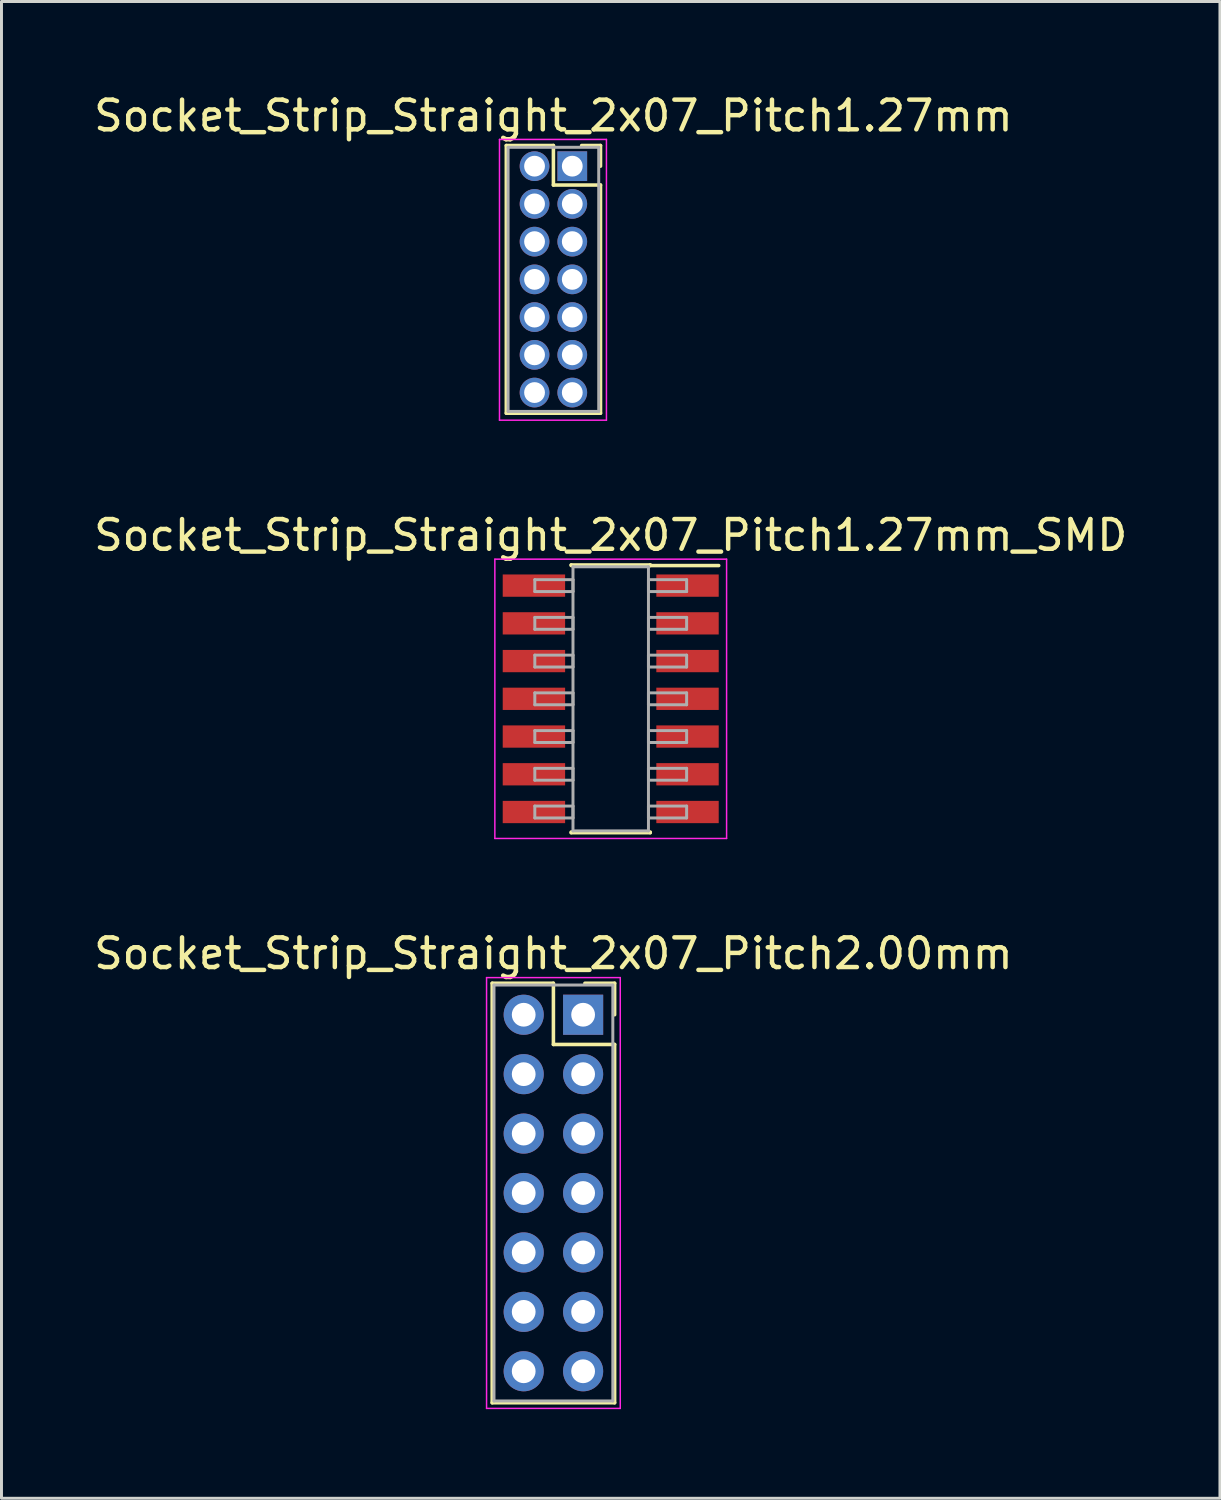
<source format=kicad_pcb>
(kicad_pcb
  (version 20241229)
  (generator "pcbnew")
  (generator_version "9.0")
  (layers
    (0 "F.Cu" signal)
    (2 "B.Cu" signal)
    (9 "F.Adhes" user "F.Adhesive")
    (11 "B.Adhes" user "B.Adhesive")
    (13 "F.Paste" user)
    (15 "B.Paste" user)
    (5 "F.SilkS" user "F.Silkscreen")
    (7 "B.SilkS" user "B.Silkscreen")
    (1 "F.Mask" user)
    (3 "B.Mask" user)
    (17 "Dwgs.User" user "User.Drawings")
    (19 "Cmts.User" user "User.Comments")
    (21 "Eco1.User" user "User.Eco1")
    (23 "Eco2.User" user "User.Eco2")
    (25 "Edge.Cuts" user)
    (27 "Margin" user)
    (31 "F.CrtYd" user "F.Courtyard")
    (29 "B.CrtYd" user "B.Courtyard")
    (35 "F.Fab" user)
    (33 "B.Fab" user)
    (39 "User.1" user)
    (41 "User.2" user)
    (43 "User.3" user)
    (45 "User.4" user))
  (footprint "Socket_Strip_Straight_2x07_Pitch1.27mm"
    (layer "F.Cu")
    (at 16.212 2.543)
    (property "Reference" "Socket_Strip_Straight_2x07_Pitch1.27mm" (at -0.635 -1.695 0) (layer "F.SilkS") (effects (font (size 1 1) (thickness 0.15))))
    (attr through_hole)
    (fp_line (start -2.22 -0.695) (end -0.635 -0.695) (stroke (width 0.12) (type solid)) (layer "F.SilkS"))
    (fp_line (start -2.22 8.315) (end -2.22 -0.695) (stroke (width 0.12) (type solid)) (layer "F.SilkS"))
    (fp_line (start -0.635 -0.695) (end -0.635 0.635) (stroke (width 0.12) (type solid)) (layer "F.SilkS"))
    (fp_line (start -0.635 0.635) (end 0.95 0.635) (stroke (width 0.12) (type solid)) (layer "F.SilkS"))
    (fp_line (start 0.95 -0.695) (end 0.315 -0.695) (stroke (width 0.12) (type solid)) (layer "F.SilkS"))
    (fp_line (start 0.95 0) (end 0.95 -0.695) (stroke (width 0.12) (type solid)) (layer "F.SilkS"))
    (fp_line (start 0.95 0.635) (end 0.95 8.315) (stroke (width 0.12) (type solid)) (layer "F.SilkS"))
    (fp_line (start 0.95 8.315) (end -2.22 8.315) (stroke (width 0.12) (type solid)) (layer "F.SilkS"))
    (fp_line (start -2.45 -0.9) (end -2.45 8.55) (stroke (width 0.05) (type solid)) (layer "F.CrtYd"))
    (fp_line (start -2.45 8.55) (end 1.15 8.55) (stroke (width 0.05) (type solid)) (layer "F.CrtYd"))
    (fp_line (start 1.15 -0.9) (end -2.45 -0.9) (stroke (width 0.05) (type solid)) (layer "F.CrtYd"))
    (fp_line (start 1.15 8.55) (end 1.15 -0.9) (stroke (width 0.05) (type solid)) (layer "F.CrtYd"))
    (fp_line (start -2.16 -0.635) (end -2.16 8.255) (stroke (width 0.1) (type solid)) (layer "F.Fab"))
    (fp_line (start -2.16 8.255) (end 0.89 8.255) (stroke (width 0.1) (type solid)) (layer "F.Fab"))
    (fp_line (start 0.89 -0.635) (end -2.16 -0.635) (stroke (width 0.1) (type solid)) (layer "F.Fab"))
    (fp_line (start 0.89 8.255) (end 0.89 -0.635) (stroke (width 0.1) (type solid)) (layer "F.Fab"))
    (pad "1" thru_hole rect (at 0 0) (size 1 1) (drill 0.7) (layers "*.Cu" "*.Mask"))
    (pad "2" thru_hole oval (at -1.27 0) (size 1 1) (drill 0.7) (layers "*.Cu" "*.Mask"))
    (pad "3" thru_hole oval (at 0 1.27) (size 1 1) (drill 0.7) (layers "*.Cu" "*.Mask"))
    (pad "4" thru_hole oval (at -1.27 1.27) (size 1 1) (drill 0.7) (layers "*.Cu" "*.Mask"))
    (pad "5" thru_hole oval (at 0 2.54) (size 1 1) (drill 0.7) (layers "*.Cu" "*.Mask"))
    (pad "6" thru_hole oval (at -1.27 2.54) (size 1 1) (drill 0.7) (layers "*.Cu" "*.Mask"))
    (pad "7" thru_hole oval (at 0 3.81) (size 1 1) (drill 0.7) (layers "*.Cu" "*.Mask"))
    (pad "8" thru_hole oval (at -1.27 3.81) (size 1 1) (drill 0.7) (layers "*.Cu" "*.Mask"))
    (pad "9" thru_hole oval (at 0 5.08) (size 1 1) (drill 0.7) (layers "*.Cu" "*.Mask"))
    (pad "10" thru_hole oval (at -1.27 5.08) (size 1 1) (drill 0.7) (layers "*.Cu" "*.Mask"))
    (pad "11" thru_hole oval (at 0 6.35) (size 1 1) (drill 0.7) (layers "*.Cu" "*.Mask"))
    (pad "12" thru_hole oval (at -1.27 6.35) (size 1 1) (drill 0.7) (layers "*.Cu" "*.Mask"))
    (pad "13" thru_hole oval (at 0 7.62) (size 1 1) (drill 0.7) (layers "*.Cu" "*.Mask"))
    (pad "14" thru_hole oval (at -1.27 7.62) (size 1 1) (drill 0.7) (layers "*.Cu" "*.Mask")))
  (footprint "Socket_Strip_Straight_2x07_Pitch1.27mm_SMD"
    (layer "F.Cu")
    (at 17.506 20.471)
    (property "Reference" "Socket_Strip_Straight_2x07_Pitch1.27mm_SMD" (at 0 -5.505 0) (layer "F.SilkS") (effects (font (size 1 1) (thickness 0.15))))
    (attr smd)
    (fp_line (start -1.33 -4.505) (end 1.33 -4.505) (stroke (width 0.12) (type solid)) (layer "F.SilkS"))
    (fp_line (start -1.33 -4.485) (end -1.33 -4.505) (stroke (width 0.12) (type solid)) (layer "F.SilkS"))
    (fp_line (start -1.33 4.485) (end -1.33 4.505) (stroke (width 0.12) (type solid)) (layer "F.SilkS"))
    (fp_line (start -1.33 4.505) (end 1.33 4.505) (stroke (width 0.12) (type solid)) (layer "F.SilkS"))
    (fp_line (start 1.33 -4.505) (end 1.33 -4.485) (stroke (width 0.12) (type solid)) (layer "F.SilkS"))
    (fp_line (start 1.33 4.505) (end 1.33 4.485) (stroke (width 0.12) (type solid)) (layer "F.SilkS"))
    (fp_line (start 3.635 -4.485) (end 1.33 -4.485) (stroke (width 0.12) (type solid)) (layer "F.SilkS"))
    (fp_line (start -3.9 -4.7) (end -3.9 4.7) (stroke (width 0.05) (type solid)) (layer "F.CrtYd"))
    (fp_line (start -3.9 4.7) (end 3.9 4.7) (stroke (width 0.05) (type solid)) (layer "F.CrtYd"))
    (fp_line (start 3.9 -4.7) (end -3.9 -4.7) (stroke (width 0.05) (type solid)) (layer "F.CrtYd"))
    (fp_line (start 3.9 4.7) (end 3.9 -4.7) (stroke (width 0.05) (type solid)) (layer "F.CrtYd"))
    (fp_line (start -2.555 -4.01) (end -1.27 -4.01) (stroke (width 0.1) (type solid)) (layer "F.Fab"))
    (fp_line (start -2.555 -3.61) (end -2.555 -4.01) (stroke (width 0.1) (type solid)) (layer "F.Fab"))
    (fp_line (start -2.555 -2.74) (end -1.27 -2.74) (stroke (width 0.1) (type solid)) (layer "F.Fab"))
    (fp_line (start -2.555 -2.34) (end -2.555 -2.74) (stroke (width 0.1) (type solid)) (layer "F.Fab"))
    (fp_line (start -2.555 -1.47) (end -1.27 -1.47) (stroke (width 0.1) (type solid)) (layer "F.Fab"))
    (fp_line (start -2.555 -1.07) (end -2.555 -1.47) (stroke (width 0.1) (type solid)) (layer "F.Fab"))
    (fp_line (start -2.555 -0.2) (end -1.27 -0.2) (stroke (width 0.1) (type solid)) (layer "F.Fab"))
    (fp_line (start -2.555 0.2) (end -2.555 -0.2) (stroke (width 0.1) (type solid)) (layer "F.Fab"))
    (fp_line (start -2.555 1.07) (end -1.27 1.07) (stroke (width 0.1) (type solid)) (layer "F.Fab"))
    (fp_line (start -2.555 1.47) (end -2.555 1.07) (stroke (width 0.1) (type solid)) (layer "F.Fab"))
    (fp_line (start -2.555 2.34) (end -1.27 2.34) (stroke (width 0.1) (type solid)) (layer "F.Fab"))
    (fp_line (start -2.555 2.74) (end -2.555 2.34) (stroke (width 0.1) (type solid)) (layer "F.Fab"))
    (fp_line (start -2.555 3.61) (end -1.27 3.61) (stroke (width 0.1) (type solid)) (layer "F.Fab"))
    (fp_line (start -2.555 4.01) (end -2.555 3.61) (stroke (width 0.1) (type solid)) (layer "F.Fab"))
    (fp_line (start -1.27 -4.445) (end -1.27 4.445) (stroke (width 0.1) (type solid)) (layer "F.Fab"))
    (fp_line (start -1.27 -4.01) (end -1.27 -3.61) (stroke (width 0.1) (type solid)) (layer "F.Fab"))
    (fp_line (start -1.27 -3.61) (end -2.555 -3.61) (stroke (width 0.1) (type solid)) (layer "F.Fab"))
    (fp_line (start -1.27 -2.74) (end -1.27 -2.34) (stroke (width 0.1) (type solid)) (layer "F.Fab"))
    (fp_line (start -1.27 -2.34) (end -2.555 -2.34) (stroke (width 0.1) (type solid)) (layer "F.Fab"))
    (fp_line (start -1.27 -1.47) (end -1.27 -1.07) (stroke (width 0.1) (type solid)) (layer "F.Fab"))
    (fp_line (start -1.27 -1.07) (end -2.555 -1.07) (stroke (width 0.1) (type solid)) (layer "F.Fab"))
    (fp_line (start -1.27 -0.2) (end -1.27 0.2) (stroke (width 0.1) (type solid)) (layer "F.Fab"))
    (fp_line (start -1.27 0.2) (end -2.555 0.2) (stroke (width 0.1) (type solid)) (layer "F.Fab"))
    (fp_line (start -1.27 1.07) (end -1.27 1.47) (stroke (width 0.1) (type solid)) (layer "F.Fab"))
    (fp_line (start -1.27 1.47) (end -2.555 1.47) (stroke (width 0.1) (type solid)) (layer "F.Fab"))
    (fp_line (start -1.27 2.34) (end -1.27 2.74) (stroke (width 0.1) (type solid)) (layer "F.Fab"))
    (fp_line (start -1.27 2.74) (end -2.555 2.74) (stroke (width 0.1) (type solid)) (layer "F.Fab"))
    (fp_line (start -1.27 3.61) (end -1.27 4.01) (stroke (width 0.1) (type solid)) (layer "F.Fab"))
    (fp_line (start -1.27 4.01) (end -2.555 4.01) (stroke (width 0.1) (type solid)) (layer "F.Fab"))
    (fp_line (start -1.27 4.445) (end 1.27 4.445) (stroke (width 0.1) (type solid)) (layer "F.Fab"))
    (fp_line (start 1.27 -4.445) (end -1.27 -4.445) (stroke (width 0.1) (type solid)) (layer "F.Fab"))
    (fp_line (start 1.27 -4.01) (end 1.27 -3.61) (stroke (width 0.1) (type solid)) (layer "F.Fab"))
    (fp_line (start 1.27 -3.61) (end 2.555 -3.61) (stroke (width 0.1) (type solid)) (layer "F.Fab"))
    (fp_line (start 1.27 -2.74) (end 1.27 -2.34) (stroke (width 0.1) (type solid)) (layer "F.Fab"))
    (fp_line (start 1.27 -2.34) (end 2.555 -2.34) (stroke (width 0.1) (type solid)) (layer "F.Fab"))
    (fp_line (start 1.27 -1.47) (end 1.27 -1.07) (stroke (width 0.1) (type solid)) (layer "F.Fab"))
    (fp_line (start 1.27 -1.07) (end 2.555 -1.07) (stroke (width 0.1) (type solid)) (layer "F.Fab"))
    (fp_line (start 1.27 -0.2) (end 1.27 0.2) (stroke (width 0.1) (type solid)) (layer "F.Fab"))
    (fp_line (start 1.27 0.2) (end 2.555 0.2) (stroke (width 0.1) (type solid)) (layer "F.Fab"))
    (fp_line (start 1.27 1.07) (end 1.27 1.47) (stroke (width 0.1) (type solid)) (layer "F.Fab"))
    (fp_line (start 1.27 1.47) (end 2.555 1.47) (stroke (width 0.1) (type solid)) (layer "F.Fab"))
    (fp_line (start 1.27 2.34) (end 1.27 2.74) (stroke (width 0.1) (type solid)) (layer "F.Fab"))
    (fp_line (start 1.27 2.74) (end 2.555 2.74) (stroke (width 0.1) (type solid)) (layer "F.Fab"))
    (fp_line (start 1.27 3.61) (end 1.27 4.01) (stroke (width 0.1) (type solid)) (layer "F.Fab"))
    (fp_line (start 1.27 4.01) (end 2.555 4.01) (stroke (width 0.1) (type solid)) (layer "F.Fab"))
    (fp_line (start 1.27 4.445) (end 1.27 -4.445) (stroke (width 0.1) (type solid)) (layer "F.Fab"))
    (fp_line (start 2.555 -4.01) (end 1.27 -4.01) (stroke (width 0.1) (type solid)) (layer "F.Fab"))
    (fp_line (start 2.555 -3.61) (end 2.555 -4.01) (stroke (width 0.1) (type solid)) (layer "F.Fab"))
    (fp_line (start 2.555 -2.74) (end 1.27 -2.74) (stroke (width 0.1) (type solid)) (layer "F.Fab"))
    (fp_line (start 2.555 -2.34) (end 2.555 -2.74) (stroke (width 0.1) (type solid)) (layer "F.Fab"))
    (fp_line (start 2.555 -1.47) (end 1.27 -1.47) (stroke (width 0.1) (type solid)) (layer "F.Fab"))
    (fp_line (start 2.555 -1.07) (end 2.555 -1.47) (stroke (width 0.1) (type solid)) (layer "F.Fab"))
    (fp_line (start 2.555 -0.2) (end 1.27 -0.2) (stroke (width 0.1) (type solid)) (layer "F.Fab"))
    (fp_line (start 2.555 0.2) (end 2.555 -0.2) (stroke (width 0.1) (type solid)) (layer "F.Fab"))
    (fp_line (start 2.555 1.07) (end 1.27 1.07) (stroke (width 0.1) (type solid)) (layer "F.Fab"))
    (fp_line (start 2.555 1.47) (end 2.555 1.07) (stroke (width 0.1) (type solid)) (layer "F.Fab"))
    (fp_line (start 2.555 2.34) (end 1.27 2.34) (stroke (width 0.1) (type solid)) (layer "F.Fab"))
    (fp_line (start 2.555 2.74) (end 2.555 2.34) (stroke (width 0.1) (type solid)) (layer "F.Fab"))
    (fp_line (start 2.555 3.61) (end 1.27 3.61) (stroke (width 0.1) (type solid)) (layer "F.Fab"))
    (fp_line (start 2.555 4.01) (end 2.555 3.61) (stroke (width 0.1) (type solid)) (layer "F.Fab"))
    (pad "1" smd rect (at 2.585 -3.81) (size 2.1 0.75) (layers "F.Cu" "F.Mask"))
    (pad "2" smd rect (at -2.585 -3.81) (size 2.1 0.75) (layers "F.Cu" "F.Mask"))
    (pad "3" smd rect (at 2.585 -2.54) (size 2.1 0.75) (layers "F.Cu" "F.Mask"))
    (pad "4" smd rect (at -2.585 -2.54) (size 2.1 0.75) (layers "F.Cu" "F.Mask"))
    (pad "5" smd rect (at 2.585 -1.27) (size 2.1 0.75) (layers "F.Cu" "F.Mask"))
    (pad "6" smd rect (at -2.585 -1.27) (size 2.1 0.75) (layers "F.Cu" "F.Mask"))
    (pad "7" smd rect (at 2.585 0) (size 2.1 0.75) (layers "F.Cu" "F.Mask"))
    (pad "8" smd rect (at -2.585 0) (size 2.1 0.75) (layers "F.Cu" "F.Mask"))
    (pad "9" smd rect (at 2.585 1.27) (size 2.1 0.75) (layers "F.Cu" "F.Mask"))
    (pad "10" smd rect (at -2.585 1.27) (size 2.1 0.75) (layers "F.Cu" "F.Mask"))
    (pad "11" smd rect (at 2.585 2.54) (size 2.1 0.75) (layers "F.Cu" "F.Mask"))
    (pad "12" smd rect (at -2.585 2.54) (size 2.1 0.75) (layers "F.Cu" "F.Mask"))
    (pad "13" smd rect (at 2.585 3.81) (size 2.1 0.75) (layers "F.Cu" "F.Mask"))
    (pad "14" smd rect (at -2.585 3.81) (size 2.1 0.75) (layers "F.Cu" "F.Mask")))
  (footprint "Socket_Strip_Straight_2x07_Pitch2.00mm"
    (layer "F.Cu")
    (at 16.577 31.105)
    (property "Reference" "Socket_Strip_Straight_2x07_Pitch2.00mm" (at -1 -2.06 0) (layer "F.SilkS") (effects (font (size 1 1) (thickness 0.15))))
    (attr through_hole)
    (fp_line (start -3.06 -1.06) (end -1 -1.06) (stroke (width 0.12) (type solid)) (layer "F.SilkS"))
    (fp_line (start -3.06 13.06) (end -3.06 -1.06) (stroke (width 0.12) (type solid)) (layer "F.SilkS"))
    (fp_line (start -1 -1.06) (end -1 1) (stroke (width 0.12) (type solid)) (layer "F.SilkS"))
    (fp_line (start -1 1) (end 1.06 1) (stroke (width 0.12) (type solid)) (layer "F.SilkS"))
    (fp_line (start 1.06 -1.06) (end 0.06 -1.06) (stroke (width 0.12) (type solid)) (layer "F.SilkS"))
    (fp_line (start 1.06 0) (end 1.06 -1.06) (stroke (width 0.12) (type solid)) (layer "F.SilkS"))
    (fp_line (start 1.06 1) (end 1.06 13.06) (stroke (width 0.12) (type solid)) (layer "F.SilkS"))
    (fp_line (start 1.06 13.06) (end -3.06 13.06) (stroke (width 0.12) (type solid)) (layer "F.SilkS"))
    (fp_line (start -3.25 -1.25) (end -3.25 13.25) (stroke (width 0.05) (type solid)) (layer "F.CrtYd"))
    (fp_line (start -3.25 13.25) (end 1.25 13.25) (stroke (width 0.05) (type solid)) (layer "F.CrtYd"))
    (fp_line (start 1.25 -1.25) (end -3.25 -1.25) (stroke (width 0.05) (type solid)) (layer "F.CrtYd"))
    (fp_line (start 1.25 13.25) (end 1.25 -1.25) (stroke (width 0.05) (type solid)) (layer "F.CrtYd"))
    (fp_line (start -3 -1) (end -3 13) (stroke (width 0.1) (type solid)) (layer "F.Fab"))
    (fp_line (start -3 13) (end 1 13) (stroke (width 0.1) (type solid)) (layer "F.Fab"))
    (fp_line (start 1 -1) (end -3 -1) (stroke (width 0.1) (type solid)) (layer "F.Fab"))
    (fp_line (start 1 13) (end 1 -1) (stroke (width 0.1) (type solid)) (layer "F.Fab"))
    (pad "1" thru_hole rect (at 0 0) (size 1.35 1.35) (drill 0.8) (layers "*.Cu" "*.Mask"))
    (pad "2" thru_hole oval (at -2 0) (size 1.35 1.35) (drill 0.8) (layers "*.Cu" "*.Mask"))
    (pad "3" thru_hole oval (at 0 2) (size 1.35 1.35) (drill 0.8) (layers "*.Cu" "*.Mask"))
    (pad "4" thru_hole oval (at -2 2) (size 1.35 1.35) (drill 0.8) (layers "*.Cu" "*.Mask"))
    (pad "5" thru_hole oval (at 0 4) (size 1.35 1.35) (drill 0.8) (layers "*.Cu" "*.Mask"))
    (pad "6" thru_hole oval (at -2 4) (size 1.35 1.35) (drill 0.8) (layers "*.Cu" "*.Mask"))
    (pad "7" thru_hole oval (at 0 6) (size 1.35 1.35) (drill 0.8) (layers "*.Cu" "*.Mask"))
    (pad "8" thru_hole oval (at -2 6) (size 1.35 1.35) (drill 0.8) (layers "*.Cu" "*.Mask"))
    (pad "9" thru_hole oval (at 0 8) (size 1.35 1.35) (drill 0.8) (layers "*.Cu" "*.Mask"))
    (pad "10" thru_hole oval (at -2 8) (size 1.35 1.35) (drill 0.8) (layers "*.Cu" "*.Mask"))
    (pad "11" thru_hole oval (at 0 10) (size 1.35 1.35) (drill 0.8) (layers "*.Cu" "*.Mask"))
    (pad "12" thru_hole oval (at -2 10) (size 1.35 1.35) (drill 0.8) (layers "*.Cu" "*.Mask"))
    (pad "13" thru_hole oval (at 0 12) (size 1.35 1.35) (drill 0.8) (layers "*.Cu" "*.Mask"))
    (pad "14" thru_hole oval (at -2 12) (size 1.35 1.35) (drill 0.8) (layers "*.Cu" "*.Mask")))
  (gr_rect
    (start -3 -3)
    (end 38.012 47.38)
    (stroke (width 0.1) (type default))
    (fill no)
    (layer "Edge.Cuts")))
</source>
